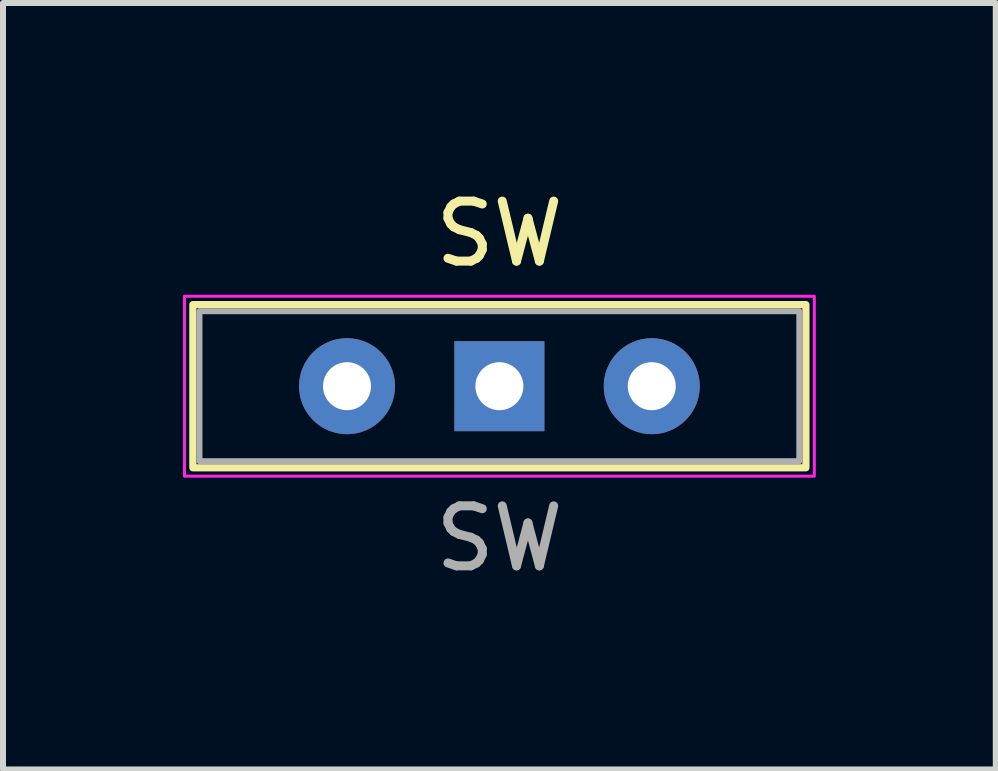
<source format=kicad_pcb>
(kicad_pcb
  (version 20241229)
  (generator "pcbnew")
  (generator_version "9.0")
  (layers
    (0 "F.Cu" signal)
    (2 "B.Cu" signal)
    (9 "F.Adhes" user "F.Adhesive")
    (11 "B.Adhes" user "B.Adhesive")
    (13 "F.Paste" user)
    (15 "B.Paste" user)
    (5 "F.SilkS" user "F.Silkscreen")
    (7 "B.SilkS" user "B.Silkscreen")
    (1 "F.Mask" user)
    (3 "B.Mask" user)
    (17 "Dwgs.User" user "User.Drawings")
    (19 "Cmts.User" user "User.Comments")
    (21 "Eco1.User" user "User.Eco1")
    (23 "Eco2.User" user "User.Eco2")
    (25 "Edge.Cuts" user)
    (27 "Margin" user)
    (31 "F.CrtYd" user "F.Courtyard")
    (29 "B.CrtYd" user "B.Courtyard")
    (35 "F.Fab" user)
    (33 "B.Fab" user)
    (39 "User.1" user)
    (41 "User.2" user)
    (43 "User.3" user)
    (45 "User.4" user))
  (footprint "SW"
    (layer "F.Cu")
    (at 5.275 3.388)
    (property "Reference" "SW" (at 0 -2.54 0) (layer "F.SilkS") (effects (font (size 1 1) (thickness 0.15))))
    (attr through_hole)
    (fp_rect (start -5.11 -1.36) (end 5.11 1.36) (stroke (width 0.12) (type default)) (fill no) (layer "F.SilkS"))
    (fp_rect (start -5.25 -1.5) (end 5.25 1.5) (stroke (width 0.05) (type default)) (fill no) (layer "F.CrtYd"))
    (fp_rect (start -5 -1.25) (end 5 1.25) (stroke (width 0.1) (type default)) (fill no) (layer "F.Fab"))
    (fp_text user "${REFERENCE}" (at 0 2.54 0) (layer "F.Fab") (effects (font (size 1 1) (thickness 0.15))))
    (pad "1" thru_hole rect (at 0 0) (size 1.5 1.5) (drill 0.8) (layers "*.Cu" "*.Mask"))
    (pad "2" thru_hole circle (at -2.54 0) (size 1.6 1.6) (drill 0.8) (layers "*.Cu" "*.Mask"))
    (pad "3" thru_hole circle (at 2.54 0) (size 1.6 1.6) (drill 0.8) (layers "*.Cu" "*.Mask")))
  (gr_rect
    (start -3 -3)
    (end 13.55 9.777)
    (stroke (width 0.1) (type default))
    (fill no)
    (layer "Edge.Cuts")))
</source>
